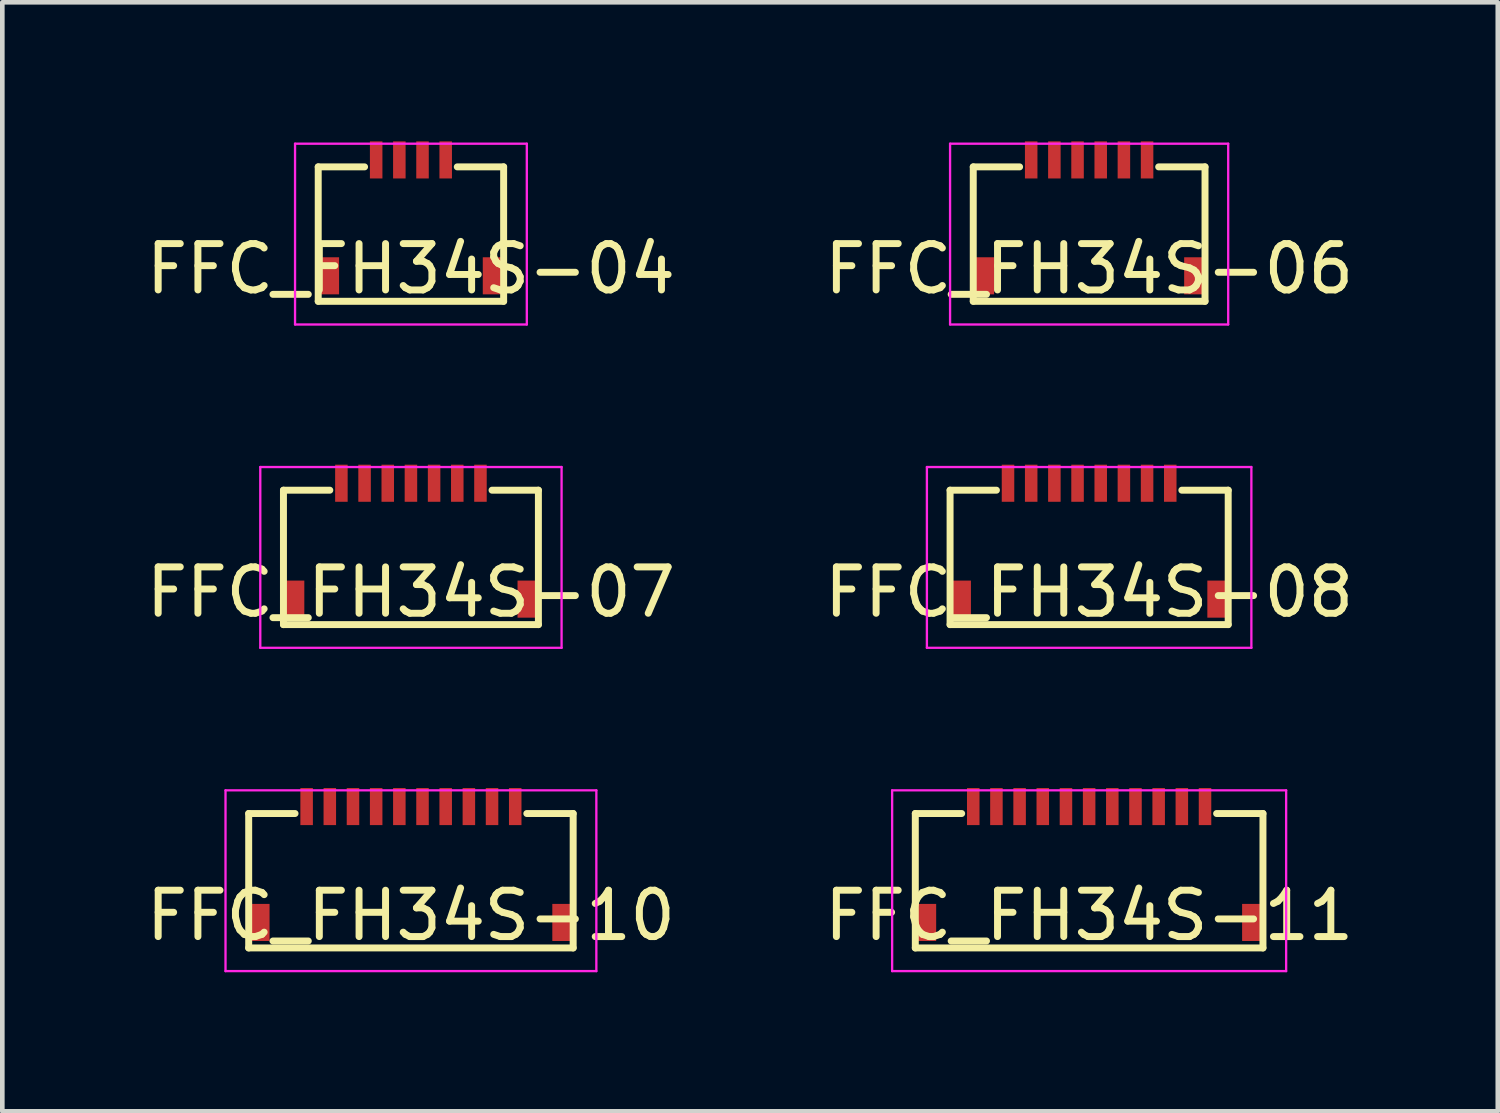
<source format=kicad_pcb>
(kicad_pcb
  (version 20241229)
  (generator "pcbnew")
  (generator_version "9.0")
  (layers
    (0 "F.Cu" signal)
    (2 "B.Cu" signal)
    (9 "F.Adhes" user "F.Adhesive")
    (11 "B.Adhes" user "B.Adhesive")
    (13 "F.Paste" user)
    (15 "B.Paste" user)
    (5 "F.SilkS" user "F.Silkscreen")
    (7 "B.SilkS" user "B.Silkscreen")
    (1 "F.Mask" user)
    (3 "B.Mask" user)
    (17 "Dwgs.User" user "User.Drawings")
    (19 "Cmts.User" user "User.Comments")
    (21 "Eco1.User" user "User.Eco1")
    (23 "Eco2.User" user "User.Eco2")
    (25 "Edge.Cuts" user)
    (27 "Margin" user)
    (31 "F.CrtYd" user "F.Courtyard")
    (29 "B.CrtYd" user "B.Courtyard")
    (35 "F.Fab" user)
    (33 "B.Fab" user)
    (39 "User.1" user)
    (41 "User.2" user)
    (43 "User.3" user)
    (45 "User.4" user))
  (footprint "FFC_FH34S-10"
    (layer "F.Cu")
    (at 5.815 14.5)
    (property "Reference" "FFC_FH34S-10" (at 0 2.2 0) (layer "F.SilkS") (effects (font (size 1 1) (thickness 0.15))))
    (attr through_hole)
    (fp_line (start -3.5 0) (end -3.5 2.9) (stroke (width 0.15) (type solid)) (layer "F.SilkS"))
    (fp_line (start -3.5 2.9) (end 3.5 2.9) (stroke (width 0.15) (type solid)) (layer "F.SilkS"))
    (fp_line (start -2.5 0) (end -3.5 0) (stroke (width 0.15) (type solid)) (layer "F.SilkS"))
    (fp_line (start 3.5 0) (end 2.5 0) (stroke (width 0.15) (type solid)) (layer "F.SilkS"))
    (fp_line (start 3.5 2.9) (end 3.5 0) (stroke (width 0.15) (type solid)) (layer "F.SilkS"))
    (fp_line (start -4 -0.5) (end 4 -0.5) (stroke (width 0.05) (type solid)) (layer "F.CrtYd"))
    (fp_line (start -4 3.4) (end -4 -0.5) (stroke (width 0.05) (type solid)) (layer "F.CrtYd"))
    (fp_line (start 4 -0.5) (end 4 3.4) (stroke (width 0.05) (type solid)) (layer "F.CrtYd"))
    (fp_line (start 4 3.4) (end -4 3.4) (stroke (width 0.05) (type solid)) (layer "F.CrtYd"))
    (pad "0" smd rect (at -3.25 2.35) (size 0.4 0.8) (layers "F.Cu" "F.Mask" "F.Paste"))
    (pad "0" smd rect (at 3.25 2.35) (size 0.4 0.8) (layers "F.Cu" "F.Mask" "F.Paste"))
    (pad "1" smd rect (at -2.25 -0.15) (size 0.27 0.8) (layers "F.Cu" "F.Mask" "F.Paste"))
    (pad "2" smd rect (at -1.75 -0.15) (size 0.27 0.8) (layers "F.Cu" "F.Mask" "F.Paste"))
    (pad "3" smd rect (at -1.25 -0.15) (size 0.27 0.8) (layers "F.Cu" "F.Mask" "F.Paste"))
    (pad "4" smd rect (at -0.75 -0.15) (size 0.27 0.8) (layers "F.Cu" "F.Mask" "F.Paste"))
    (pad "5" smd rect (at -0.25 -0.15) (size 0.27 0.8) (layers "F.Cu" "F.Mask" "F.Paste"))
    (pad "6" smd rect (at 0.25 -0.15) (size 0.27 0.8) (layers "F.Cu" "F.Mask" "F.Paste"))
    (pad "7" smd rect (at 0.75 -0.15) (size 0.27 0.8) (layers "F.Cu" "F.Mask" "F.Paste"))
    (pad "8" smd rect (at 1.25 -0.15) (size 0.27 0.8) (layers "F.Cu" "F.Mask" "F.Paste"))
    (pad "9" smd rect (at 1.75 -0.15) (size 0.27 0.8) (layers "F.Cu" "F.Mask" "F.Paste"))
    (pad "10" smd rect (at 2.25 -0.15) (size 0.27 0.8) (layers "F.Cu" "F.Mask" "F.Paste")))
  (footprint "FFC_FH34S-08"
    (layer "F.Cu")
    (at 20.446 7.525)
    (property "Reference" "FFC_FH34S-08" (at 0 2.2 0) (layer "F.SilkS") (effects (font (size 1 1) (thickness 0.15))))
    (attr through_hole)
    (fp_line (start -3 0) (end -3 2.9) (stroke (width 0.15) (type solid)) (layer "F.SilkS"))
    (fp_line (start -3 2.9) (end 3 2.9) (stroke (width 0.15) (type solid)) (layer "F.SilkS"))
    (fp_line (start -2 0) (end -3 0) (stroke (width 0.15) (type solid)) (layer "F.SilkS"))
    (fp_line (start 3 0) (end 2 0) (stroke (width 0.15) (type solid)) (layer "F.SilkS"))
    (fp_line (start 3 2.9) (end 3 0) (stroke (width 0.15) (type solid)) (layer "F.SilkS"))
    (fp_line (start -3.5 -0.5) (end 3.5 -0.5) (stroke (width 0.05) (type solid)) (layer "F.CrtYd"))
    (fp_line (start -3.5 3.4) (end -3.5 -0.5) (stroke (width 0.05) (type solid)) (layer "F.CrtYd"))
    (fp_line (start 3.5 -0.5) (end 3.5 3.4) (stroke (width 0.05) (type solid)) (layer "F.CrtYd"))
    (fp_line (start 3.5 3.4) (end -3.5 3.4) (stroke (width 0.05) (type solid)) (layer "F.CrtYd"))
    (pad "0" smd rect (at -2.75 2.35) (size 0.4 0.8) (layers "F.Cu" "F.Mask" "F.Paste"))
    (pad "0" smd rect (at 2.75 2.35) (size 0.4 0.8) (layers "F.Cu" "F.Mask" "F.Paste"))
    (pad "1" smd rect (at -1.75 -0.15) (size 0.27 0.8) (layers "F.Cu" "F.Mask" "F.Paste"))
    (pad "2" smd rect (at -1.25 -0.15) (size 0.27 0.8) (layers "F.Cu" "F.Mask" "F.Paste"))
    (pad "3" smd rect (at -0.75 -0.15) (size 0.27 0.8) (layers "F.Cu" "F.Mask" "F.Paste"))
    (pad "4" smd rect (at -0.25 -0.15) (size 0.27 0.8) (layers "F.Cu" "F.Mask" "F.Paste"))
    (pad "5" smd rect (at 0.25 -0.15) (size 0.27 0.8) (layers "F.Cu" "F.Mask" "F.Paste"))
    (pad "6" smd rect (at 0.75 -0.15) (size 0.27 0.8) (layers "F.Cu" "F.Mask" "F.Paste"))
    (pad "7" smd rect (at 1.25 -0.15) (size 0.27 0.8) (layers "F.Cu" "F.Mask" "F.Paste"))
    (pad "8" smd rect (at 1.75 -0.15) (size 0.27 0.8) (layers "F.Cu" "F.Mask" "F.Paste")))
  (footprint "FFC_FH34S-06"
    (layer "F.Cu")
    (at 20.446 0.55)
    (property "Reference" "FFC_FH34S-06" (at 0 2.2 0) (layer "F.SilkS") (effects (font (size 1 1) (thickness 0.15))))
    (attr through_hole)
    (fp_line (start -2.5 0) (end -2.5 2.9) (stroke (width 0.15) (type solid)) (layer "F.SilkS"))
    (fp_line (start -2.5 2.9) (end 2.5 2.9) (stroke (width 0.15) (type solid)) (layer "F.SilkS"))
    (fp_line (start -1.5 0) (end -2.5 0) (stroke (width 0.15) (type solid)) (layer "F.SilkS"))
    (fp_line (start 2.5 0) (end 1.5 0) (stroke (width 0.15) (type solid)) (layer "F.SilkS"))
    (fp_line (start 2.5 2.9) (end 2.5 0) (stroke (width 0.15) (type solid)) (layer "F.SilkS"))
    (fp_line (start -3 -0.5) (end 3 -0.5) (stroke (width 0.05) (type solid)) (layer "F.CrtYd"))
    (fp_line (start -3 3.4) (end -3 -0.5) (stroke (width 0.05) (type solid)) (layer "F.CrtYd"))
    (fp_line (start 3 -0.5) (end 3 3.4) (stroke (width 0.05) (type solid)) (layer "F.CrtYd"))
    (fp_line (start 3 3.4) (end -3 3.4) (stroke (width 0.05) (type solid)) (layer "F.CrtYd"))
    (pad "0" smd rect (at -2.25 2.35) (size 0.4 0.8) (layers "F.Cu" "F.Mask" "F.Paste"))
    (pad "0" smd rect (at 2.25 2.35) (size 0.4 0.8) (layers "F.Cu" "F.Mask" "F.Paste"))
    (pad "1" smd rect (at -1.25 -0.15) (size 0.27 0.8) (layers "F.Cu" "F.Mask" "F.Paste"))
    (pad "2" smd rect (at -0.75 -0.15) (size 0.27 0.8) (layers "F.Cu" "F.Mask" "F.Paste"))
    (pad "3" smd rect (at -0.25 -0.15) (size 0.27 0.8) (layers "F.Cu" "F.Mask" "F.Paste"))
    (pad "4" smd rect (at 0.25 -0.15) (size 0.27 0.8) (layers "F.Cu" "F.Mask" "F.Paste"))
    (pad "5" smd rect (at 0.75 -0.15) (size 0.27 0.8) (layers "F.Cu" "F.Mask" "F.Paste"))
    (pad "6" smd rect (at 1.25 -0.15) (size 0.27 0.8) (layers "F.Cu" "F.Mask" "F.Paste")))
  (footprint "FFC_FH34S-11"
    (layer "F.Cu")
    (at 20.446 14.5)
    (property "Reference" "FFC_FH34S-11" (at 0 2.2 0) (layer "F.SilkS") (effects (font (size 1 1) (thickness 0.15))))
    (attr through_hole)
    (fp_line (start -3.75 0) (end -3.75 2.9) (stroke (width 0.15) (type solid)) (layer "F.SilkS"))
    (fp_line (start -3.75 2.9) (end 3.75 2.9) (stroke (width 0.15) (type solid)) (layer "F.SilkS"))
    (fp_line (start -2.75 0) (end -3.75 0) (stroke (width 0.15) (type solid)) (layer "F.SilkS"))
    (fp_line (start 3.75 0) (end 2.75 0) (stroke (width 0.15) (type solid)) (layer "F.SilkS"))
    (fp_line (start 3.75 2.9) (end 3.75 0) (stroke (width 0.15) (type solid)) (layer "F.SilkS"))
    (fp_line (start -4.25 -0.5) (end 4.25 -0.5) (stroke (width 0.05) (type solid)) (layer "F.CrtYd"))
    (fp_line (start -4.25 3.4) (end -4.25 -0.5) (stroke (width 0.05) (type solid)) (layer "F.CrtYd"))
    (fp_line (start 4.25 -0.5) (end 4.25 3.4) (stroke (width 0.05) (type solid)) (layer "F.CrtYd"))
    (fp_line (start 4.25 3.4) (end -4.25 3.4) (stroke (width 0.05) (type solid)) (layer "F.CrtYd"))
    (pad "0" smd rect (at -3.5 2.35) (size 0.4 0.8) (layers "F.Cu" "F.Mask" "F.Paste"))
    (pad "0" smd rect (at 3.5 2.35) (size 0.4 0.8) (layers "F.Cu" "F.Mask" "F.Paste"))
    (pad "1" smd rect (at -2.5 -0.15) (size 0.27 0.8) (layers "F.Cu" "F.Mask" "F.Paste"))
    (pad "2" smd rect (at -2 -0.15) (size 0.27 0.8) (layers "F.Cu" "F.Mask" "F.Paste"))
    (pad "3" smd rect (at -1.5 -0.15) (size 0.27 0.8) (layers "F.Cu" "F.Mask" "F.Paste"))
    (pad "4" smd rect (at -1 -0.15) (size 0.27 0.8) (layers "F.Cu" "F.Mask" "F.Paste"))
    (pad "5" smd rect (at -0.5 -0.15) (size 0.27 0.8) (layers "F.Cu" "F.Mask" "F.Paste"))
    (pad "6" smd rect (at 0 -0.15) (size 0.27 0.8) (layers "F.Cu" "F.Mask" "F.Paste"))
    (pad "7" smd rect (at 0.5 -0.15) (size 0.27 0.8) (layers "F.Cu" "F.Mask" "F.Paste"))
    (pad "8" smd rect (at 1 -0.15) (size 0.27 0.8) (layers "F.Cu" "F.Mask" "F.Paste"))
    (pad "9" smd rect (at 1.5 -0.15) (size 0.27 0.8) (layers "F.Cu" "F.Mask" "F.Paste"))
    (pad "10" smd rect (at 2 -0.15) (size 0.27 0.8) (layers "F.Cu" "F.Mask" "F.Paste"))
    (pad "11" smd rect (at 2.5 -0.15) (size 0.27 0.8) (layers "F.Cu" "F.Mask" "F.Paste")))
  (footprint "FFC_FH34S-07"
    (layer "F.Cu")
    (at 5.815 7.525)
    (property "Reference" "FFC_FH34S-07" (at 0 2.2 0) (layer "F.SilkS") (effects (font (size 1 1) (thickness 0.15))))
    (attr through_hole)
    (fp_line (start -2.75 0) (end -2.75 2.9) (stroke (width 0.15) (type solid)) (layer "F.SilkS"))
    (fp_line (start -2.75 2.9) (end 2.75 2.9) (stroke (width 0.15) (type solid)) (layer "F.SilkS"))
    (fp_line (start -1.75 0) (end -2.75 0) (stroke (width 0.15) (type solid)) (layer "F.SilkS"))
    (fp_line (start 2.75 0) (end 1.75 0) (stroke (width 0.15) (type solid)) (layer "F.SilkS"))
    (fp_line (start 2.75 2.9) (end 2.75 0) (stroke (width 0.15) (type solid)) (layer "F.SilkS"))
    (fp_line (start -3.25 -0.5) (end 3.25 -0.5) (stroke (width 0.05) (type solid)) (layer "F.CrtYd"))
    (fp_line (start -3.25 3.4) (end -3.25 -0.5) (stroke (width 0.05) (type solid)) (layer "F.CrtYd"))
    (fp_line (start 3.25 -0.5) (end 3.25 3.4) (stroke (width 0.05) (type solid)) (layer "F.CrtYd"))
    (fp_line (start 3.25 3.4) (end -3.25 3.4) (stroke (width 0.05) (type solid)) (layer "F.CrtYd"))
    (pad "0" smd rect (at -2.5 2.35) (size 0.4 0.8) (layers "F.Cu" "F.Mask" "F.Paste"))
    (pad "0" smd rect (at 2.5 2.35) (size 0.4 0.8) (layers "F.Cu" "F.Mask" "F.Paste"))
    (pad "1" smd rect (at -1.5 -0.15) (size 0.27 0.8) (layers "F.Cu" "F.Mask" "F.Paste"))
    (pad "2" smd rect (at -1 -0.15) (size 0.27 0.8) (layers "F.Cu" "F.Mask" "F.Paste"))
    (pad "3" smd rect (at -0.5 -0.15) (size 0.27 0.8) (layers "F.Cu" "F.Mask" "F.Paste"))
    (pad "4" smd rect (at 0 -0.15) (size 0.27 0.8) (layers "F.Cu" "F.Mask" "F.Paste"))
    (pad "5" smd rect (at 0.5 -0.15) (size 0.27 0.8) (layers "F.Cu" "F.Mask" "F.Paste"))
    (pad "6" smd rect (at 1 -0.15) (size 0.27 0.8) (layers "F.Cu" "F.Mask" "F.Paste"))
    (pad "7" smd rect (at 1.5 -0.15) (size 0.27 0.8) (layers "F.Cu" "F.Mask" "F.Paste")))
  (footprint "FFC_FH34S-04"
    (layer "F.Cu")
    (at 5.815 0.55)
    (property "Reference" "FFC_FH34S-04" (at 0 2.2 0) (layer "F.SilkS") (effects (font (size 1 1) (thickness 0.15))))
    (attr through_hole)
    (fp_line (start -2 0) (end -2 2.9) (stroke (width 0.15) (type solid)) (layer "F.SilkS"))
    (fp_line (start -2 2.9) (end 2 2.9) (stroke (width 0.15) (type solid)) (layer "F.SilkS"))
    (fp_line (start -1 0) (end -2 0) (stroke (width 0.15) (type solid)) (layer "F.SilkS"))
    (fp_line (start 2 0) (end 1 0) (stroke (width 0.15) (type solid)) (layer "F.SilkS"))
    (fp_line (start 2 2.9) (end 2 0) (stroke (width 0.15) (type solid)) (layer "F.SilkS"))
    (fp_line (start -2.5 -0.5) (end 2.5 -0.5) (stroke (width 0.05) (type solid)) (layer "F.CrtYd"))
    (fp_line (start -2.5 3.4) (end -2.5 -0.5) (stroke (width 0.05) (type solid)) (layer "F.CrtYd"))
    (fp_line (start 2.5 -0.5) (end 2.5 3.4) (stroke (width 0.05) (type solid)) (layer "F.CrtYd"))
    (fp_line (start 2.5 3.4) (end -2.5 3.4) (stroke (width 0.05) (type solid)) (layer "F.CrtYd"))
    (pad "0" smd rect (at -1.75 2.35) (size 0.4 0.8) (layers "F.Cu" "F.Mask" "F.Paste"))
    (pad "0" smd rect (at 1.75 2.35) (size 0.4 0.8) (layers "F.Cu" "F.Mask" "F.Paste"))
    (pad "1" smd rect (at -0.75 -0.15) (size 0.27 0.8) (layers "F.Cu" "F.Mask" "F.Paste"))
    (pad "2" smd rect (at -0.25 -0.15) (size 0.27 0.8) (layers "F.Cu" "F.Mask" "F.Paste"))
    (pad "3" smd rect (at 0.25 -0.15) (size 0.27 0.8) (layers "F.Cu" "F.Mask" "F.Paste"))
    (pad "4" smd rect (at 0.75 -0.15) (size 0.27 0.8) (layers "F.Cu" "F.Mask" "F.Paste")))
  (gr_rect
    (start -3 -3)
    (end 29.262 20.925)
    (stroke (width 0.1) (type default))
    (fill no)
    (layer "Edge.Cuts")))
</source>
